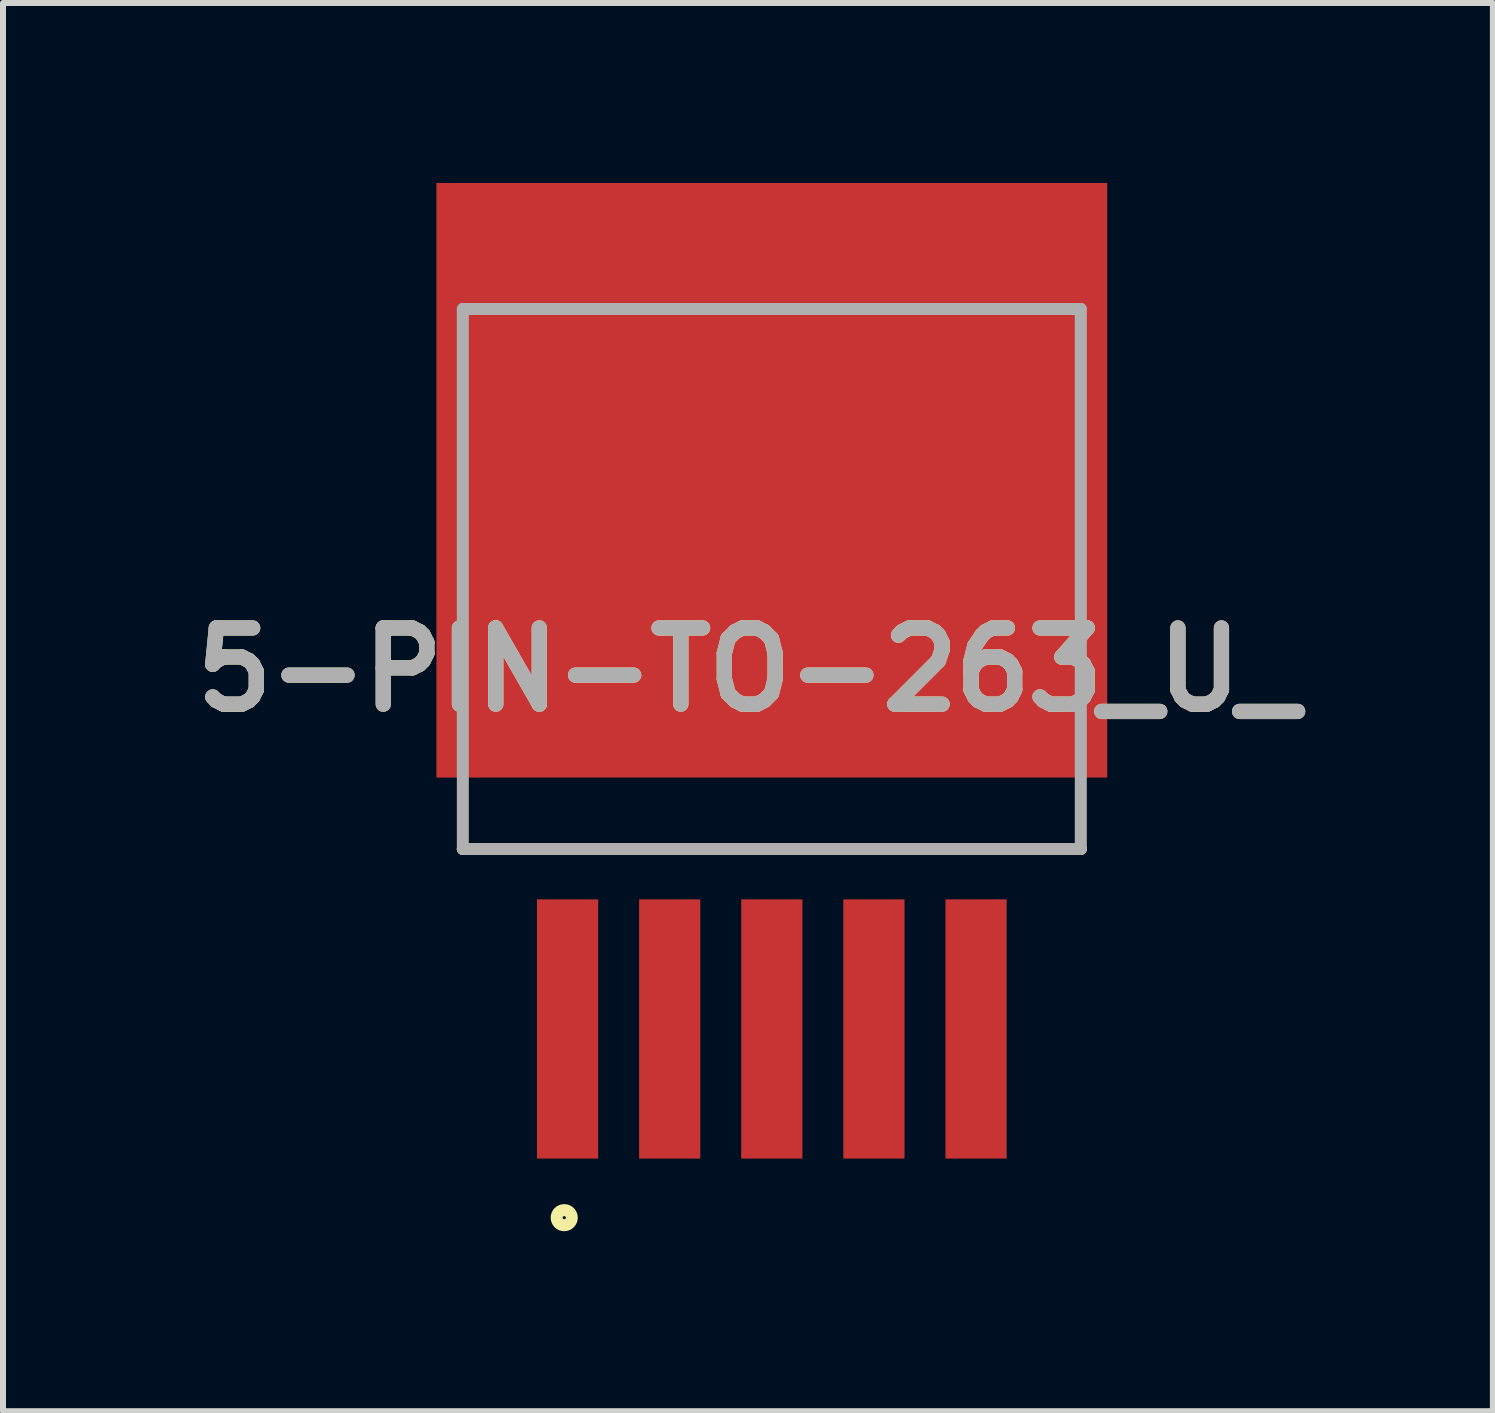
<source format=kicad_pcb>
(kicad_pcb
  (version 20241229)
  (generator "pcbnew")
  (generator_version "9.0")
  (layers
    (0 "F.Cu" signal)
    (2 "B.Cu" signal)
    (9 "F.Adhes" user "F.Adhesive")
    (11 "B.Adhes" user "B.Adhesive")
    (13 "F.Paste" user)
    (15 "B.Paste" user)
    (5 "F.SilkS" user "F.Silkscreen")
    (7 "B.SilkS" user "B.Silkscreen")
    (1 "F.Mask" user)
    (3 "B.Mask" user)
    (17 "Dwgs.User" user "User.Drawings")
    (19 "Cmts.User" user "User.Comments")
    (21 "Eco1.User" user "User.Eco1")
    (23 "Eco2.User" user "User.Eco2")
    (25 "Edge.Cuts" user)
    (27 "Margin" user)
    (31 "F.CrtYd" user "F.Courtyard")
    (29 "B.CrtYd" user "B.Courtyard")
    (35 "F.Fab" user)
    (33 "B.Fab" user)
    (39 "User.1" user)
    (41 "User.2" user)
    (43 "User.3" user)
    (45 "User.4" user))
  (footprint "5-PIN-TO-263_U_"
    (layer "F.Cu")
    (at 9.814 2.1)
    (property "Reference" "5-PIN-TO-263_U_" (at -0.398 6.012 0) (layer "F.SilkS") (effects (font (size 1.27 1.27) (thickness 0.254))))
    (attr smd)
    (fp_line (start -5.15 9) (end 5.15 9) (stroke (width 0.2) (type solid)) (layer "F.SilkS"))
    (fp_circle (center -3.46 15.145) (end -3.46 15.271) (stroke (width 0.2) (type solid)) (fill no) (layer "F.SilkS"))
    (fp_line (start -5.15 0) (end 5.15 0) (stroke (width 0.2) (type solid)) (layer "F.Fab"))
    (fp_line (start -5.15 9) (end -5.15 0) (stroke (width 0.2) (type solid)) (layer "F.Fab"))
    (fp_line (start 5.15 0) (end 5.15 9) (stroke (width 0.2) (type solid)) (layer "F.Fab"))
    (fp_line (start 5.15 9) (end -5.15 9) (stroke (width 0.2) (type solid)) (layer "F.Fab"))
    (fp_text user "${REFERENCE}" (at -0.398 6.012 0) (layer "F.Fab") (effects (font (size 1.27 1.27) (thickness 0.254))))
    (pad "1" smd rect (at -3.404 12) (size 1.02 4.32) (layers "F.Cu" "F.Mask" "F.Paste"))
    (pad "2" smd rect (at -1.702 12) (size 1.02 4.32) (layers "F.Cu" "F.Mask" "F.Paste"))
    (pad "3" smd rect (at 0 12) (size 1.02 4.32) (layers "F.Cu" "F.Mask" "F.Paste"))
    (pad "4" smd rect (at 1.702 12) (size 1.02 4.32) (layers "F.Cu" "F.Mask" "F.Paste"))
    (pad "5" smd rect (at 3.404 12) (size 1.02 4.32) (layers "F.Cu" "F.Mask" "F.Paste"))
    (pad "6" smd rect (at 0 2.855 90) (size 9.91 11.18) (layers "F.Cu" "F.Mask" "F.Paste")))
  (gr_rect
    (start -3 -3)
    (end 21.832 20.471)
    (stroke (width 0.1) (type default))
    (fill no)
    (layer "Edge.Cuts")))
</source>
